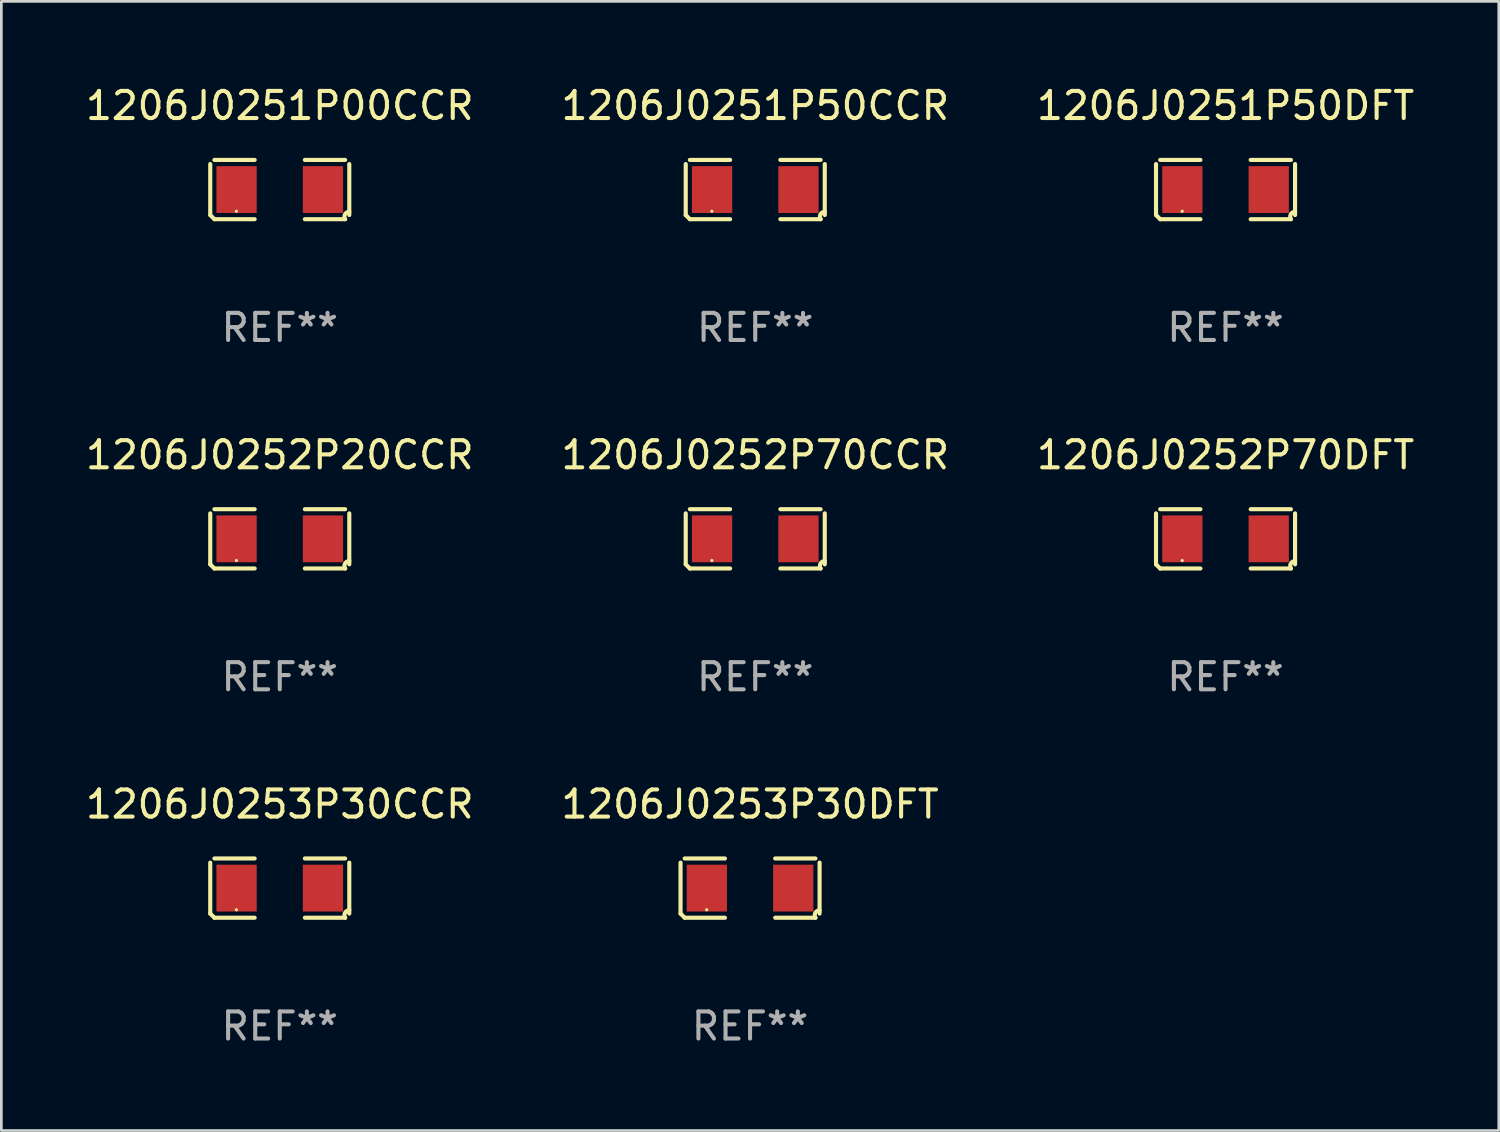
<source format=kicad_pcb>
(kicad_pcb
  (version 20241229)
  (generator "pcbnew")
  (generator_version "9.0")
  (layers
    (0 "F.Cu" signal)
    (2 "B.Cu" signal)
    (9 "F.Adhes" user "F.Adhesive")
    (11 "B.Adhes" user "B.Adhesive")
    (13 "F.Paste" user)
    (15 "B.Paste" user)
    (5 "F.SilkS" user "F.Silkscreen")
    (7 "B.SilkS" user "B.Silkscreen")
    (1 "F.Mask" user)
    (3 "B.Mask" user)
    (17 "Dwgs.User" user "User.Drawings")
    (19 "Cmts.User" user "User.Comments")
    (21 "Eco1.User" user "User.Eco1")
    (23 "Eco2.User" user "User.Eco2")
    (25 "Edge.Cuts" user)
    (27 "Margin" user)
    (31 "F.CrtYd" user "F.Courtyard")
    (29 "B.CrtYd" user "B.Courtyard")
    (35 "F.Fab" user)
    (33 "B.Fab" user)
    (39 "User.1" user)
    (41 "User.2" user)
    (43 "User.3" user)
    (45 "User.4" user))
  (footprint "1206J0252P20CCR"
    (layer "F.Cu")
    (at 7.268 16.823)
    (property "Reference" "1206J0252P20CCR" (at 0 -3.093 0) (layer "F.SilkS") (effects (font (size 1 1) (thickness 0.15))))
    (attr through_hole)
    (fp_line (start -2.564 0.94) (end -2.564 -0.94) (stroke (width 0.152) (type solid)) (layer "F.SilkS"))
    (fp_line (start -2.411 -1.093) (end -0.926 -1.093) (stroke (width 0.152) (type solid)) (layer "F.SilkS"))
    (fp_line (start -0.926 1.093) (end -2.411 1.093) (stroke (width 0.152) (type solid)) (layer "F.SilkS"))
    (fp_line (start 0.926 1.093) (end 2.411 1.093) (stroke (width 0.152) (type solid)) (layer "F.SilkS"))
    (fp_line (start 2.411 -1.093) (end 0.926 -1.093) (stroke (width 0.152) (type solid)) (layer "F.SilkS"))
    (fp_line (start 2.564 0.94) (end 2.564 -0.94) (stroke (width 0.152) (type solid)) (layer "F.SilkS"))
    (fp_arc (start -2.411201 1.092609) (mid -2.487413 1.01642) (end -2.563602 0.940208) (stroke (width 0.1524) (type solid)) (layer "F.SilkS"))
    (fp_arc (start 2.411201 1.092609) (mid 2.407159 0.911226) (end 2.563602 0.819347) (stroke (width 0.1524) (type solid)) (layer "F.SilkS"))
    (fp_circle (center -1.6 0.8) (end -1.57 0.8) (stroke (width 0.06) (type solid)) (fill no) (layer "F.SilkS"))
    (fp_text user "REF**" (at 0 5.093 0) (layer "F.Fab") (effects (font (size 1 1) (thickness 0.15))))
    (pad "1" smd rect (at -1.593 0) (size 1.485 1.728) (layers "F.Cu" "F.Mask" "F.Paste"))
    (pad "2" smd rect (at 1.593 0) (size 1.485 1.728) (layers "F.Cu" "F.Mask" "F.Paste")))
  (footprint "1206J0251P00CCR"
    (layer "F.Cu")
    (at 7.268 3.941)
    (property "Reference" "1206J0251P00CCR" (at 0 -3.093 0) (layer "F.SilkS") (effects (font (size 1 1) (thickness 0.15))))
    (attr through_hole)
    (fp_line (start -2.564 0.94) (end -2.564 -0.94) (stroke (width 0.152) (type solid)) (layer "F.SilkS"))
    (fp_line (start -2.411 -1.093) (end -0.926 -1.093) (stroke (width 0.152) (type solid)) (layer "F.SilkS"))
    (fp_line (start -0.926 1.093) (end -2.411 1.093) (stroke (width 0.152) (type solid)) (layer "F.SilkS"))
    (fp_line (start 0.926 1.093) (end 2.411 1.093) (stroke (width 0.152) (type solid)) (layer "F.SilkS"))
    (fp_line (start 2.411 -1.093) (end 0.926 -1.093) (stroke (width 0.152) (type solid)) (layer "F.SilkS"))
    (fp_line (start 2.564 0.94) (end 2.564 -0.94) (stroke (width 0.152) (type solid)) (layer "F.SilkS"))
    (fp_arc (start -2.411201 1.092609) (mid -2.487413 1.01642) (end -2.563602 0.940208) (stroke (width 0.1524) (type solid)) (layer "F.SilkS"))
    (fp_arc (start 2.411201 1.092609) (mid 2.407159 0.911226) (end 2.563602 0.819347) (stroke (width 0.1524) (type solid)) (layer "F.SilkS"))
    (fp_circle (center -1.6 0.8) (end -1.57 0.8) (stroke (width 0.06) (type solid)) (fill no) (layer "F.SilkS"))
    (fp_text user "REF**" (at 0 5.093 0) (layer "F.Fab") (effects (font (size 1 1) (thickness 0.15))))
    (pad "1" smd rect (at -1.593 0) (size 1.485 1.728) (layers "F.Cu" "F.Mask" "F.Paste"))
    (pad "2" smd rect (at 1.593 0) (size 1.485 1.728) (layers "F.Cu" "F.Mask" "F.Paste")))
  (footprint "1206J0252P70DFT"
    (layer "F.Cu")
    (at 42.149 16.823)
    (property "Reference" "1206J0252P70DFT" (at 0 -3.093 0) (layer "F.SilkS") (effects (font (size 1 1) (thickness 0.15))))
    (attr through_hole)
    (fp_line (start -2.564 0.94) (end -2.564 -0.94) (stroke (width 0.152) (type solid)) (layer "F.SilkS"))
    (fp_line (start -2.411 -1.093) (end -0.926 -1.093) (stroke (width 0.152) (type solid)) (layer "F.SilkS"))
    (fp_line (start -0.926 1.093) (end -2.411 1.093) (stroke (width 0.152) (type solid)) (layer "F.SilkS"))
    (fp_line (start 0.926 1.093) (end 2.411 1.093) (stroke (width 0.152) (type solid)) (layer "F.SilkS"))
    (fp_line (start 2.411 -1.093) (end 0.926 -1.093) (stroke (width 0.152) (type solid)) (layer "F.SilkS"))
    (fp_line (start 2.564 0.94) (end 2.564 -0.94) (stroke (width 0.152) (type solid)) (layer "F.SilkS"))
    (fp_arc (start -2.411201 1.092609) (mid -2.487413 1.01642) (end -2.563602 0.940208) (stroke (width 0.1524) (type solid)) (layer "F.SilkS"))
    (fp_arc (start 2.411201 1.092609) (mid 2.407159 0.911226) (end 2.563602 0.819347) (stroke (width 0.1524) (type solid)) (layer "F.SilkS"))
    (fp_circle (center -1.6 0.8) (end -1.57 0.8) (stroke (width 0.06) (type solid)) (fill no) (layer "F.SilkS"))
    (fp_text user "REF**" (at 0 5.093 0) (layer "F.Fab") (effects (font (size 1 1) (thickness 0.15))))
    (pad "1" smd rect (at -1.593 0) (size 1.485 1.728) (layers "F.Cu" "F.Mask" "F.Paste"))
    (pad "2" smd rect (at 1.593 0) (size 1.485 1.728) (layers "F.Cu" "F.Mask" "F.Paste")))
  (footprint "1206J0251P50DFT"
    (layer "F.Cu")
    (at 42.149 3.941)
    (property "Reference" "1206J0251P50DFT" (at 0 -3.093 0) (layer "F.SilkS") (effects (font (size 1 1) (thickness 0.15))))
    (attr through_hole)
    (fp_line (start -2.564 0.94) (end -2.564 -0.94) (stroke (width 0.152) (type solid)) (layer "F.SilkS"))
    (fp_line (start -2.411 -1.093) (end -0.926 -1.093) (stroke (width 0.152) (type solid)) (layer "F.SilkS"))
    (fp_line (start -0.926 1.093) (end -2.411 1.093) (stroke (width 0.152) (type solid)) (layer "F.SilkS"))
    (fp_line (start 0.926 1.093) (end 2.411 1.093) (stroke (width 0.152) (type solid)) (layer "F.SilkS"))
    (fp_line (start 2.411 -1.093) (end 0.926 -1.093) (stroke (width 0.152) (type solid)) (layer "F.SilkS"))
    (fp_line (start 2.564 0.94) (end 2.564 -0.94) (stroke (width 0.152) (type solid)) (layer "F.SilkS"))
    (fp_arc (start -2.411201 1.092609) (mid -2.487413 1.01642) (end -2.563602 0.940208) (stroke (width 0.1524) (type solid)) (layer "F.SilkS"))
    (fp_arc (start 2.411201 1.092609) (mid 2.407159 0.911226) (end 2.563602 0.819347) (stroke (width 0.1524) (type solid)) (layer "F.SilkS"))
    (fp_circle (center -1.6 0.8) (end -1.57 0.8) (stroke (width 0.06) (type solid)) (fill no) (layer "F.SilkS"))
    (fp_text user "REF**" (at 0 5.093 0) (layer "F.Fab") (effects (font (size 1 1) (thickness 0.15))))
    (pad "1" smd rect (at -1.593 0) (size 1.485 1.728) (layers "F.Cu" "F.Mask" "F.Paste"))
    (pad "2" smd rect (at 1.593 0) (size 1.485 1.728) (layers "F.Cu" "F.Mask" "F.Paste")))
  (footprint "1206J0253P30DFT"
    (layer "F.Cu")
    (at 24.613 29.704)
    (property "Reference" "1206J0253P30DFT" (at 0 -3.093 0) (layer "F.SilkS") (effects (font (size 1 1) (thickness 0.15))))
    (attr through_hole)
    (fp_line (start -2.564 0.94) (end -2.564 -0.94) (stroke (width 0.152) (type solid)) (layer "F.SilkS"))
    (fp_line (start -2.411 -1.093) (end -0.926 -1.093) (stroke (width 0.152) (type solid)) (layer "F.SilkS"))
    (fp_line (start -0.926 1.093) (end -2.411 1.093) (stroke (width 0.152) (type solid)) (layer "F.SilkS"))
    (fp_line (start 0.926 1.093) (end 2.411 1.093) (stroke (width 0.152) (type solid)) (layer "F.SilkS"))
    (fp_line (start 2.411 -1.093) (end 0.926 -1.093) (stroke (width 0.152) (type solid)) (layer "F.SilkS"))
    (fp_line (start 2.564 0.94) (end 2.564 -0.94) (stroke (width 0.152) (type solid)) (layer "F.SilkS"))
    (fp_arc (start -2.411201 1.092609) (mid -2.487413 1.01642) (end -2.563602 0.940208) (stroke (width 0.1524) (type solid)) (layer "F.SilkS"))
    (fp_arc (start 2.411201 1.092609) (mid 2.407159 0.911226) (end 2.563602 0.819347) (stroke (width 0.1524) (type solid)) (layer "F.SilkS"))
    (fp_circle (center -1.6 0.8) (end -1.57 0.8) (stroke (width 0.06) (type solid)) (fill no) (layer "F.SilkS"))
    (fp_text user "REF**" (at 0 5.093 0) (layer "F.Fab") (effects (font (size 1 1) (thickness 0.15))))
    (pad "1" smd rect (at -1.593 0) (size 1.485 1.728) (layers "F.Cu" "F.Mask" "F.Paste"))
    (pad "2" smd rect (at 1.593 0) (size 1.485 1.728) (layers "F.Cu" "F.Mask" "F.Paste")))
  (footprint "1206J0253P30CCR"
    (layer "F.Cu")
    (at 7.268 29.704)
    (property "Reference" "1206J0253P30CCR" (at 0 -3.093 0) (layer "F.SilkS") (effects (font (size 1 1) (thickness 0.15))))
    (attr through_hole)
    (fp_line (start -2.564 0.94) (end -2.564 -0.94) (stroke (width 0.152) (type solid)) (layer "F.SilkS"))
    (fp_line (start -2.411 -1.093) (end -0.926 -1.093) (stroke (width 0.152) (type solid)) (layer "F.SilkS"))
    (fp_line (start -0.926 1.093) (end -2.411 1.093) (stroke (width 0.152) (type solid)) (layer "F.SilkS"))
    (fp_line (start 0.926 1.093) (end 2.411 1.093) (stroke (width 0.152) (type solid)) (layer "F.SilkS"))
    (fp_line (start 2.411 -1.093) (end 0.926 -1.093) (stroke (width 0.152) (type solid)) (layer "F.SilkS"))
    (fp_line (start 2.564 0.94) (end 2.564 -0.94) (stroke (width 0.152) (type solid)) (layer "F.SilkS"))
    (fp_arc (start -2.411201 1.092609) (mid -2.487413 1.01642) (end -2.563602 0.940208) (stroke (width 0.1524) (type solid)) (layer "F.SilkS"))
    (fp_arc (start 2.411201 1.092609) (mid 2.407159 0.911226) (end 2.563602 0.819347) (stroke (width 0.1524) (type solid)) (layer "F.SilkS"))
    (fp_circle (center -1.6 0.8) (end -1.57 0.8) (stroke (width 0.06) (type solid)) (fill no) (layer "F.SilkS"))
    (fp_text user "REF**" (at 0 5.093 0) (layer "F.Fab") (effects (font (size 1 1) (thickness 0.15))))
    (pad "1" smd rect (at -1.593 0) (size 1.485 1.728) (layers "F.Cu" "F.Mask" "F.Paste"))
    (pad "2" smd rect (at 1.593 0) (size 1.485 1.728) (layers "F.Cu" "F.Mask" "F.Paste")))
  (footprint "1206J0251P50CCR"
    (layer "F.Cu")
    (at 24.804 3.941)
    (property "Reference" "1206J0251P50CCR" (at 0 -3.093 0) (layer "F.SilkS") (effects (font (size 1 1) (thickness 0.15))))
    (attr through_hole)
    (fp_line (start -2.564 0.94) (end -2.564 -0.94) (stroke (width 0.152) (type solid)) (layer "F.SilkS"))
    (fp_line (start -2.411 -1.093) (end -0.926 -1.093) (stroke (width 0.152) (type solid)) (layer "F.SilkS"))
    (fp_line (start -0.926 1.093) (end -2.411 1.093) (stroke (width 0.152) (type solid)) (layer "F.SilkS"))
    (fp_line (start 0.926 1.093) (end 2.411 1.093) (stroke (width 0.152) (type solid)) (layer "F.SilkS"))
    (fp_line (start 2.411 -1.093) (end 0.926 -1.093) (stroke (width 0.152) (type solid)) (layer "F.SilkS"))
    (fp_line (start 2.564 0.94) (end 2.564 -0.94) (stroke (width 0.152) (type solid)) (layer "F.SilkS"))
    (fp_arc (start -2.411201 1.092609) (mid -2.487413 1.01642) (end -2.563602 0.940208) (stroke (width 0.1524) (type solid)) (layer "F.SilkS"))
    (fp_arc (start 2.411201 1.092609) (mid 2.407159 0.911226) (end 2.563602 0.819347) (stroke (width 0.1524) (type solid)) (layer "F.SilkS"))
    (fp_circle (center -1.6 0.8) (end -1.57 0.8) (stroke (width 0.06) (type solid)) (fill no) (layer "F.SilkS"))
    (fp_text user "REF**" (at 0 5.093 0) (layer "F.Fab") (effects (font (size 1 1) (thickness 0.15))))
    (pad "1" smd rect (at -1.593 0) (size 1.485 1.728) (layers "F.Cu" "F.Mask" "F.Paste"))
    (pad "2" smd rect (at 1.593 0) (size 1.485 1.728) (layers "F.Cu" "F.Mask" "F.Paste")))
  (footprint "1206J0252P70CCR"
    (layer "F.Cu")
    (at 24.804 16.823)
    (property "Reference" "1206J0252P70CCR" (at 0 -3.093 0) (layer "F.SilkS") (effects (font (size 1 1) (thickness 0.15))))
    (attr through_hole)
    (fp_line (start -2.564 0.94) (end -2.564 -0.94) (stroke (width 0.152) (type solid)) (layer "F.SilkS"))
    (fp_line (start -2.411 -1.093) (end -0.926 -1.093) (stroke (width 0.152) (type solid)) (layer "F.SilkS"))
    (fp_line (start -0.926 1.093) (end -2.411 1.093) (stroke (width 0.152) (type solid)) (layer "F.SilkS"))
    (fp_line (start 0.926 1.093) (end 2.411 1.093) (stroke (width 0.152) (type solid)) (layer "F.SilkS"))
    (fp_line (start 2.411 -1.093) (end 0.926 -1.093) (stroke (width 0.152) (type solid)) (layer "F.SilkS"))
    (fp_line (start 2.564 0.94) (end 2.564 -0.94) (stroke (width 0.152) (type solid)) (layer "F.SilkS"))
    (fp_arc (start -2.411201 1.092609) (mid -2.487413 1.01642) (end -2.563602 0.940208) (stroke (width 0.1524) (type solid)) (layer "F.SilkS"))
    (fp_arc (start 2.411201 1.092609) (mid 2.407159 0.911226) (end 2.563602 0.819347) (stroke (width 0.1524) (type solid)) (layer "F.SilkS"))
    (fp_circle (center -1.6 0.8) (end -1.57 0.8) (stroke (width 0.06) (type solid)) (fill no) (layer "F.SilkS"))
    (fp_text user "REF**" (at 0 5.093 0) (layer "F.Fab") (effects (font (size 1 1) (thickness 0.15))))
    (pad "1" smd rect (at -1.593 0) (size 1.485 1.728) (layers "F.Cu" "F.Mask" "F.Paste"))
    (pad "2" smd rect (at 1.593 0) (size 1.485 1.728) (layers "F.Cu" "F.Mask" "F.Paste")))
  (gr_rect
    (start -3 -3)
    (end 52.226 38.645)
    (stroke (width 0.1) (type default))
    (fill no)
    (layer "Edge.Cuts")))
</source>
